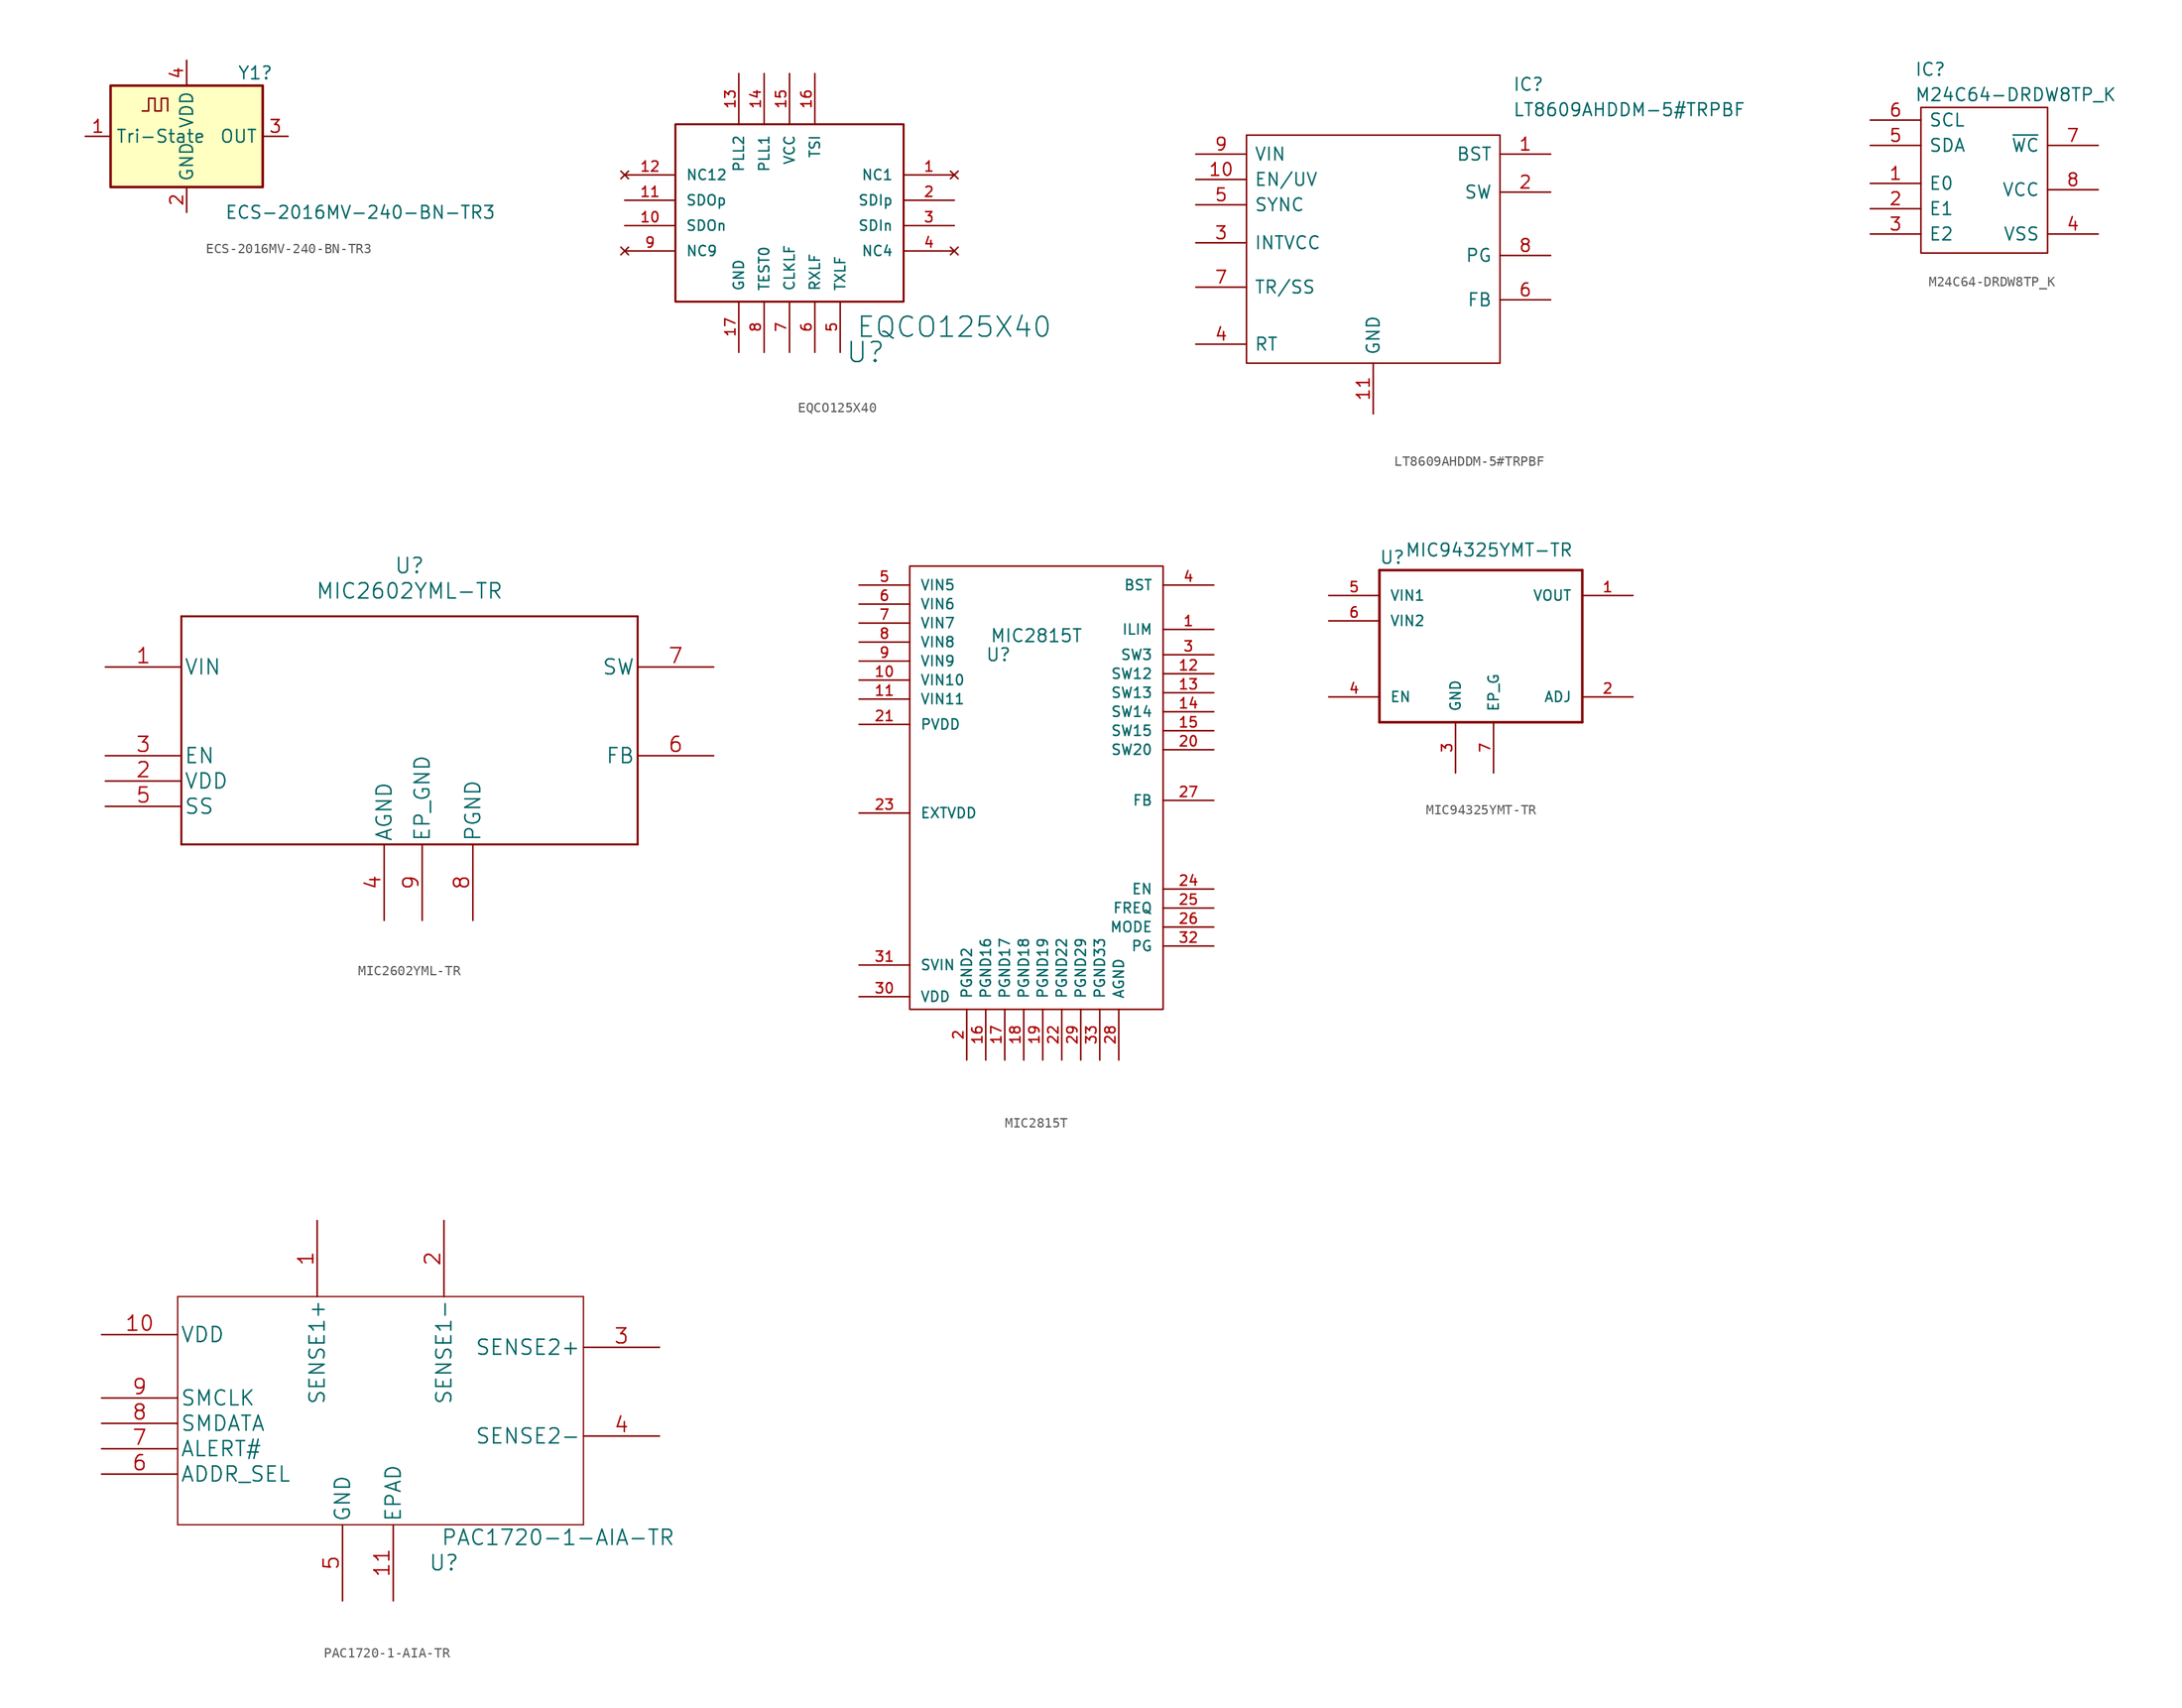
<source format=kicad_sym>
(kicad_symbol_lib
  (version 20220914)
  (generator kicad_symbol_editor)
  (symbol "ECS-2016MV-240-BN-TR3"
    (property "Reference" "Y1"
      (at 5.08 6.35 0)
      (effects (font (size 1.27 1.27)) (justify left)))
    (property "Value" "ECS-2016MV-240-BN-TR3"
      (at 3.81 -7.62 0)
      (effects (font (size 1.27 1.27)) (justify left)))
    (symbol "ECS-2016MV-240-BN-TR3_0_1"
      (rectangle (start -7.62 5.08) (end 7.62 -5.08) (stroke (width 0.254) (type default)) (fill (type background)))
      (polyline (pts (xy -4.445 2.54) (xy -3.81 2.54) (xy -3.81 3.81) (xy -3.175 3.81) (xy -3.175 2.54) (xy -2.54 2.54) (xy -2.54 3.81) (xy -1.905 3.81) (xy -1.905 2.54)) (stroke (width 0) (type default)) (fill (type none))))
    (symbol "ECS-2016MV-240-BN-TR3_1_1"
      (pin input line (at -10.16 0 0) (length 2.54) (name "Tri-State" (effects (font (size 1.27 1.27)))) (number "1" (effects (font (size 1.27 1.27)))))
      (pin power_in line (at 0 -7.62 90) (length 2.54) (name "GND" (effects (font (size 1.27 1.27)))) (number "2" (effects (font (size 1.27 1.27)))))
      (pin output line (at 10.16 0 180) (length 2.54) (name "OUT" (effects (font (size 1.27 1.27)))) (number "3" (effects (font (size 1.27 1.27)))))
      (pin power_in line (at 0 7.62 270) (length 2.54) (name "VDD" (effects (font (size 1.27 1.27)))) (number "4" (effects (font (size 1.27 1.27)))))))
  (symbol "EQCO125X40"
    (pin_names
      (offset 1.016))
    (property "Reference" "U"
      (at 5.08 -10.16 0)
      (effects (font (size 2.007 2.007))))
    (property "Value" "EQCO125X40"
      (at 13.97 -7.62 0)
      (effects (font (size 2.007 2.007))))
    (symbol "EQCO125X40_0_1"
      (rectangle (start -13.97 12.7) (end 8.89 -5.08) (stroke (width 0.203) (type solid)) (fill (type none))))
    (symbol "EQCO125X40_1_1"
      (pin no_connect line (at 13.97 7.62 180) (length 5.08) (name "NC1" (effects (font (size 1.016 1.016)))) (number "1" (effects (font (size 1.016 1.016)))))
      (pin bidirectional line (at -19.05 2.54 0) (length 5.08) (name "SDOn" (effects (font (size 1.016 1.016)))) (number "10" (effects (font (size 1.016 1.016)))))
      (pin bidirectional line (at -19.05 5.08 0) (length 5.08) (name "SDOp" (effects (font (size 1.016 1.016)))) (number "11" (effects (font (size 1.016 1.016)))))
      (pin no_connect line (at -19.05 7.62 0) (length 5.08) (name "NC12" (effects (font (size 1.016 1.016)))) (number "12" (effects (font (size 1.016 1.016)))))
      (pin input line (at -7.62 17.78 270) (length 5.08) (name "PLL2" (effects (font (size 1.016 1.016)))) (number "13" (effects (font (size 1.016 1.016)))))
      (pin input line (at -5.08 17.78 270) (length 5.08) (name "PLL1" (effects (font (size 1.016 1.016)))) (number "14" (effects (font (size 1.016 1.016)))))
      (pin power_in line (at -2.54 17.78 270) (length 5.08) (name "VCC" (effects (font (size 1.016 1.016)))) (number "15" (effects (font (size 1.016 1.016)))))
      (pin input line (at 0 17.78 270) (length 5.08) (name "TSI" (effects (font (size 1.016 1.016)))) (number "16" (effects (font (size 1.016 1.016)))))
      (pin input line (at -7.62 -10.16 90) (length 5.08) (name "GND" (effects (font (size 1.016 1.016)))) (number "17" (effects (font (size 1.016 1.016)))))
      (pin bidirectional line (at 13.97 5.08 180) (length 5.08) (name "SDIp" (effects (font (size 1.016 1.016)))) (number "2" (effects (font (size 1.016 1.016)))))
      (pin bidirectional line (at 13.97 2.54 180) (length 5.08) (name "SDIn" (effects (font (size 1.016 1.016)))) (number "3" (effects (font (size 1.016 1.016)))))
      (pin no_connect line (at 13.97 0 180) (length 5.08) (name "NC4" (effects (font (size 1.016 1.016)))) (number "4" (effects (font (size 1.016 1.016)))))
      (pin input line (at 2.54 -10.16 90) (length 5.08) (name "TXLF" (effects (font (size 1.016 1.016)))) (number "5" (effects (font (size 1.016 1.016)))))
      (pin output line (at 0 -10.16 90) (length 5.08) (name "RXLF" (effects (font (size 1.016 1.016)))) (number "6" (effects (font (size 1.016 1.016)))))
      (pin output line (at -2.54 -10.16 90) (length 5.08) (name "CLKLF" (effects (font (size 1.016 1.016)))) (number "7" (effects (font (size 1.016 1.016)))))
      (pin input line (at -5.08 -10.16 90) (length 5.08) (name "TEST0" (effects (font (size 1.016 1.016)))) (number "8" (effects (font (size 1.016 1.016)))))
      (pin no_connect line (at -19.05 0 0) (length 5.08) (name "NC9" (effects (font (size 1.016 1.016)))) (number "9" (effects (font (size 1.016 1.016)))))))
  (symbol "LT8609AHDDM-5#TRPBF"
    (pin_names
      (offset 0.762))
    (property "Reference" "IC"
      (at 31.75 7.62 0)
      (effects (font (size 1.27 1.27)) (justify left)))
    (property "Value" "LT8609AHDDM-5#TRPBF"
      (at 31.75 5.08 0)
      (effects (font (size 1.27 1.27)) (justify left)))
    (symbol "LT8609AHDDM-5#TRPBF_0_0"
      (pin passive line (at 35.56 0.635 180) (length 5.08) (name "BST" (effects (font (size 1.27 1.27)))) (number "1" (effects (font (size 1.27 1.27)))))
      (pin passive line (at 0 -1.905 0) (length 5.08) (name "EN/UV" (effects (font (size 1.27 1.27)))) (number "10" (effects (font (size 1.27 1.27)))))
      (pin passive line (at 17.78 -25.4 90) (length 5.08) (name "GND" (effects (font (size 1.27 1.27)))) (number "11" (effects (font (size 1.27 1.27)))))
      (pin passive line (at 35.56 -3.175 180) (length 5.08) (name "SW" (effects (font (size 1.27 1.27)))) (number "2" (effects (font (size 1.27 1.27)))))
      (pin passive line (at 0 -8.255 0) (length 5.08) (name "INTVCC" (effects (font (size 1.27 1.27)))) (number "3" (effects (font (size 1.27 1.27)))))
      (pin passive line (at 0 -18.415 0) (length 5.08) (name "RT" (effects (font (size 1.27 1.27)))) (number "4" (effects (font (size 1.27 1.27)))))
      (pin passive line (at 0 -4.445 0) (length 5.08) (name "SYNC" (effects (font (size 1.27 1.27)))) (number "5" (effects (font (size 1.27 1.27)))))
      (pin passive line (at 35.56 -13.97 180) (length 5.08) (name "FB" (effects (font (size 1.27 1.27)))) (number "6" (effects (font (size 1.27 1.27)))))
      (pin passive line (at 0 -12.7 0) (length 5.08) (name "TR/SS" (effects (font (size 1.27 1.27)))) (number "7" (effects (font (size 1.27 1.27)))))
      (pin passive line (at 35.56 -9.525 180) (length 5.08) (name "PG" (effects (font (size 1.27 1.27)))) (number "8" (effects (font (size 1.27 1.27)))))
      (pin passive line (at 0 0.635 0) (length 5.08) (name "VIN" (effects (font (size 1.27 1.27)))) (number "9" (effects (font (size 1.27 1.27))))))
    (symbol "LT8609AHDDM-5#TRPBF_0_1"
      (polyline (pts (xy 5.08 2.54) (xy 30.48 2.54) (xy 30.48 -20.32) (xy 5.08 -20.32) (xy 5.08 2.54)) (stroke (width 0.152) (type solid)) (fill (type none)))))
  (symbol "M24C64-DRDW8TP_K"
    (pin_names
      (offset 0.762))
    (property "Reference" "IC"
      (at -6.985 7.62 0)
      (effects (font (size 1.27 1.27)) (justify left)))
    (property "Value" "M24C64-DRDW8TP_K"
      (at -6.985 5.08 0)
      (effects (font (size 1.27 1.27)) (justify left)))
    (symbol "M24C64-DRDW8TP_K_0_0"
      (pin passive line (at -11.43 -3.81 0) (length 5.08) (name "E0" (effects (font (size 1.27 1.27)))) (number "1" (effects (font (size 1.27 1.27)))))
      (pin passive line (at -11.43 -6.35 0) (length 5.08) (name "E1" (effects (font (size 1.27 1.27)))) (number "2" (effects (font (size 1.27 1.27)))))
      (pin passive line (at -11.43 -8.89 0) (length 5.08) (name "E2" (effects (font (size 1.27 1.27)))) (number "3" (effects (font (size 1.27 1.27)))))
      (pin passive line (at 11.43 -8.89 180) (length 5.08) (name "VSS" (effects (font (size 1.27 1.27)))) (number "4" (effects (font (size 1.27 1.27)))))
      (pin passive line (at -11.43 0 0) (length 5.08) (name "SDA" (effects (font (size 1.27 1.27)))) (number "5" (effects (font (size 1.27 1.27)))))
      (pin passive line (at -11.43 2.54 0) (length 5.08) (name "SCL" (effects (font (size 1.27 1.27)))) (number "6" (effects (font (size 1.27 1.27)))))
      (pin passive line (at 11.43 0 180) (length 5.08) (name "~{WC}" (effects (font (size 1.27 1.27)))) (number "7" (effects (font (size 1.27 1.27)))))
      (pin passive line (at 11.43 -4.445 180) (length 5.08) (name "VCC" (effects (font (size 1.27 1.27)))) (number "8" (effects (font (size 1.27 1.27))))))
    (symbol "M24C64-DRDW8TP_K_0_1"
      (rectangle (start -6.35 3.81) (end 6.35 -10.795) (stroke (width 0) (type solid)) (fill (type none)))))
  (symbol "MIC2602YML-TR"
    (pin_names
      (offset 0.254))
    (property "Reference" "U"
      (at 30.48 10.16 0)
      (effects (font (size 1.524 1.524))))
    (property "Value" "MIC2602YML-TR"
      (at 30.48 7.62 0)
      (effects (font (size 1.524 1.524))))
    (property "Datasheet" ""
      (at 0 0 0)
      (effects (font (size 1.524 1.524))))
    (symbol "MIC2602YML-TR_1_1"
      (polyline (pts (xy 7.62 -17.78) (xy 53.34 -17.78)) (stroke (width 0.203) (type solid)) (fill (type none)))
      (polyline (pts (xy 7.62 5.08) (xy 7.62 -17.78)) (stroke (width 0.203) (type solid)) (fill (type none)))
      (polyline (pts (xy 53.34 -17.78) (xy 53.34 5.08)) (stroke (width 0.203) (type solid)) (fill (type none)))
      (polyline (pts (xy 53.34 5.08) (xy 7.62 5.08)) (stroke (width 0.203) (type solid)) (fill (type none)))
      (pin power_in line (at 0 0 0) (length 7.62) (name "VIN" (effects (font (size 1.499 1.499)))) (number "1" (effects (font (size 1.499 1.499)))))
      (pin passive line (at 0 -11.43 0) (length 7.62) (name "VDD" (effects (font (size 1.499 1.499)))) (number "2" (effects (font (size 1.499 1.499)))))
      (pin input line (at 0 -8.89 0) (length 7.62) (name "EN" (effects (font (size 1.499 1.499)))) (number "3" (effects (font (size 1.499 1.499)))))
      (pin power_in line (at 27.94 -25.4 90) (length 7.62) (name "AGND" (effects (font (size 1.499 1.499)))) (number "4" (effects (font (size 1.499 1.499)))))
      (pin input line (at 0 -13.97 0) (length 7.62) (name "SS" (effects (font (size 1.499 1.499)))) (number "5" (effects (font (size 1.499 1.499)))))
      (pin input line (at 60.96 -8.89 180) (length 7.62) (name "FB" (effects (font (size 1.499 1.499)))) (number "6" (effects (font (size 1.499 1.499)))))
      (pin input line (at 60.96 0 180) (length 7.62) (name "SW" (effects (font (size 1.499 1.499)))) (number "7" (effects (font (size 1.499 1.499)))))
      (pin power_in line (at 36.83 -25.4 90) (length 7.62) (name "PGND" (effects (font (size 1.499 1.499)))) (number "8" (effects (font (size 1.499 1.499)))))
      (pin power_in line (at 31.75 -25.4 90) (length 7.62) (name "EP_GND" (effects (font (size 1.499 1.499)))) (number "9" (effects (font (size 1.499 1.499)))))))
  (symbol "MIC2815T"
    (pin_names
      (offset 1.016))
    (property "Reference" "U"
      (at -3.81 -1.905 0)
      (effects (font (size 1.27 1.27))))
    (property "Value" "MIC2815T"
      (at 0 0 0)
      (effects (font (size 1.27 1.27))))
    (symbol "MIC2815T_0_0"
      (pin power_in line (at -17.78 5.08 0) (length 5.08) (name "VIN5" (effects (font (size 1.016 1.016)))) (number "5" (effects (font (size 1.016 1.016))))))
    (symbol "MIC2815T_0_1"
      (rectangle (start -12.7 6.985) (end 12.7 -37.465) (stroke (width 0) (type solid)) (fill (type none))))
    (symbol "MIC2815T_1_1"
      (pin input line (at 17.78 0.635 180) (length 5.08) (name "ILIM" (effects (font (size 1.016 1.016)))) (number "1" (effects (font (size 1.016 1.016)))))
      (pin power_in line (at -17.78 -4.445 0) (length 5.08) (name "VIN10" (effects (font (size 1.016 1.016)))) (number "10" (effects (font (size 1.016 1.016)))))
      (pin power_in line (at -17.78 -6.35 0) (length 5.08) (name "VIN11" (effects (font (size 1.016 1.016)))) (number "11" (effects (font (size 1.016 1.016)))))
      (pin input line (at 17.78 -3.81 180) (length 5.08) (name "SW12" (effects (font (size 1.016 1.016)))) (number "12" (effects (font (size 1.016 1.016)))))
      (pin input line (at 17.78 -5.715 180) (length 5.08) (name "SW13" (effects (font (size 1.016 1.016)))) (number "13" (effects (font (size 1.016 1.016)))))
      (pin input line (at 17.78 -7.62 180) (length 5.08) (name "SW14" (effects (font (size 1.016 1.016)))) (number "14" (effects (font (size 1.016 1.016)))))
      (pin input line (at 17.78 -9.525 180) (length 5.08) (name "SW15" (effects (font (size 1.016 1.016)))) (number "15" (effects (font (size 1.016 1.016)))))
      (pin power_in line (at -5.08 -42.545 90) (length 5.08) (name "PGND16" (effects (font (size 1.016 1.016)))) (number "16" (effects (font (size 1.016 1.016)))))
      (pin power_in line (at -3.175 -42.545 90) (length 5.08) (name "PGND17" (effects (font (size 1.016 1.016)))) (number "17" (effects (font (size 1.016 1.016)))))
      (pin power_in line (at -1.27 -42.545 90) (length 5.08) (name "PGND18" (effects (font (size 1.016 1.016)))) (number "18" (effects (font (size 1.016 1.016)))))
      (pin power_in line (at 0.635 -42.545 90) (length 5.08) (name "PGND19" (effects (font (size 1.016 1.016)))) (number "19" (effects (font (size 1.016 1.016)))))
      (pin power_in line (at -6.985 -42.545 90) (length 5.08) (name "PGND2" (effects (font (size 1.016 1.016)))) (number "2" (effects (font (size 1.016 1.016)))))
      (pin input line (at 17.78 -11.43 180) (length 5.08) (name "SW20" (effects (font (size 1.016 1.016)))) (number "20" (effects (font (size 1.016 1.016)))))
      (pin power_out line (at -17.78 -8.89 0) (length 5.08) (name "PVDD" (effects (font (size 1.016 1.016)))) (number "21" (effects (font (size 1.016 1.016)))))
      (pin power_in line (at 2.54 -42.545 90) (length 5.08) (name "PGND22" (effects (font (size 1.016 1.016)))) (number "22" (effects (font (size 1.016 1.016)))))
      (pin power_in line (at -17.78 -17.78 0) (length 5.08) (name "EXTVDD" (effects (font (size 1.016 1.016)))) (number "23" (effects (font (size 1.016 1.016)))))
      (pin input line (at 17.78 -25.4 180) (length 5.08) (name "EN" (effects (font (size 1.016 1.016)))) (number "24" (effects (font (size 1.016 1.016)))))
      (pin output line (at 17.78 -27.305 180) (length 5.08) (name "FREQ" (effects (font (size 1.016 1.016)))) (number "25" (effects (font (size 1.016 1.016)))))
      (pin output line (at 17.78 -29.21 180) (length 5.08) (name "MODE" (effects (font (size 1.016 1.016)))) (number "26" (effects (font (size 1.016 1.016)))))
      (pin input line (at 17.78 -16.51 180) (length 5.08) (name "FB" (effects (font (size 1.016 1.016)))) (number "27" (effects (font (size 1.016 1.016)))))
      (pin power_in line (at 8.255 -42.545 90) (length 5.08) (name "AGND" (effects (font (size 1.016 1.016)))) (number "28" (effects (font (size 1.016 1.016)))))
      (pin power_in line (at 4.445 -42.545 90) (length 5.08) (name "PGND29" (effects (font (size 1.016 1.016)))) (number "29" (effects (font (size 1.016 1.016)))))
      (pin input line (at 17.78 -1.905 180) (length 5.08) (name "SW3" (effects (font (size 1.016 1.016)))) (number "3" (effects (font (size 1.016 1.016)))))
      (pin input line (at -17.78 -36.195 0) (length 5.08) (name "VDD" (effects (font (size 1.016 1.016)))) (number "30" (effects (font (size 1.016 1.016)))))
      (pin power_in line (at -17.78 -33.02 0) (length 5.08) (name "SVIN" (effects (font (size 1.016 1.016)))) (number "31" (effects (font (size 1.016 1.016)))))
      (pin output line (at 17.78 -31.115 180) (length 5.08) (name "PG" (effects (font (size 1.016 1.016)))) (number "32" (effects (font (size 1.016 1.016)))))
      (pin power_in line (at 6.35 -42.545 90) (length 5.08) (name "PGND33" (effects (font (size 1.016 1.016)))) (number "33" (effects (font (size 1.016 1.016)))))
      (pin input line (at 17.78 5.08 180) (length 5.08) (name "BST" (effects (font (size 1.016 1.016)))) (number "4" (effects (font (size 1.016 1.016)))))
      (pin power_in line (at -17.78 3.175 0) (length 5.08) (name "VIN6" (effects (font (size 1.016 1.016)))) (number "6" (effects (font (size 1.016 1.016)))))
      (pin power_in line (at -17.78 1.27 0) (length 5.08) (name "VIN7" (effects (font (size 1.016 1.016)))) (number "7" (effects (font (size 1.016 1.016)))))
      (pin power_in line (at -17.78 -0.635 0) (length 5.08) (name "VIN8" (effects (font (size 1.016 1.016)))) (number "8" (effects (font (size 1.016 1.016)))))
      (pin power_in line (at -17.78 -2.54 0) (length 5.08) (name "VIN9" (effects (font (size 1.016 1.016)))) (number "9" (effects (font (size 1.016 1.016)))))))
  (symbol "MIC94325YMT-TR"
    (pin_names
      (offset 1.016))
    (property "Reference" "U"
      (at -10.185 8.153 0)
      (effects (font (size 1.27 1.27)) (justify left bottom)))
    (property "Value" "MIC94325YMT-TR"
      (at -7.62 8.89 0)
      (effects (font (size 1.27 1.27)) (justify left bottom)))
    (symbol "MIC94325YMT-TR_0_0"
      (polyline (pts (xy -10.16 -7.62) (xy -10.16 7.62)) (stroke (width 0.254) (type solid)) (fill (type none)))
      (polyline (pts (xy -10.16 7.62) (xy 10.16 7.62)) (stroke (width 0.254) (type solid)) (fill (type none)))
      (polyline (pts (xy 10.16 -7.62) (xy -10.16 -7.62)) (stroke (width 0.254) (type solid)) (fill (type none)))
      (polyline (pts (xy 10.16 7.62) (xy 10.16 -7.62)) (stroke (width 0.254) (type solid)) (fill (type none)))
      (pin power_out line (at 15.24 5.08 180) (length 5.08) (name "VOUT" (effects (font (size 1.016 1.016)))) (number "1" (effects (font (size 1.016 1.016)))))
      (pin passive line (at 15.24 -5.08 180) (length 5.08) (name "ADJ" (effects (font (size 1.016 1.016)))) (number "2" (effects (font (size 1.016 1.016)))))
      (pin power_in line (at -2.54 -12.7 90) (length 5.08) (name "GND" (effects (font (size 1.016 1.016)))) (number "3" (effects (font (size 1.016 1.016)))))
      (pin input line (at -15.24 -5.08 0) (length 5.08) (name "EN" (effects (font (size 1.016 1.016)))) (number "4" (effects (font (size 1.016 1.016)))))
      (pin input line (at -15.24 5.08 0) (length 5.08) (name "VIN1" (effects (font (size 1.016 1.016)))) (number "5" (effects (font (size 1.016 1.016)))))
      (pin input line (at -15.24 2.54 0) (length 5.08) (name "VIN2" (effects (font (size 1.016 1.016)))) (number "6" (effects (font (size 1.016 1.016)))))
      (pin power_in line (at 1.27 -12.7 90) (length 5.08) (name "EP_G" (effects (font (size 1.016 1.016)))) (number "7" (effects (font (size 1.016 1.016)))))))
  (symbol "PAC1720-1-AIA-TR"
    (pin_names
      (offset 0.254))
    (property "Reference" "U"
      (at 34.29 -21.59 0)
      (effects (font (size 1.524 1.524))))
    (property "Value" "PAC1720-1-AIA-TR"
      (at 45.72 -19.05 0)
      (effects (font (size 1.524 1.524))))
    (property "Datasheet" ""
      (at 0 0 0)
      (effects (font (size 1.524 1.524))))
    (symbol "PAC1720-1-AIA-TR_1_1"
      (polyline (pts (xy 7.62 -17.78) (xy 48.26 -17.78)) (stroke (width 0.127) (type solid)) (fill (type none)))
      (polyline (pts (xy 7.62 5.08) (xy 7.62 -17.78)) (stroke (width 0.127) (type solid)) (fill (type none)))
      (polyline (pts (xy 48.26 -17.78) (xy 48.26 5.08)) (stroke (width 0.127) (type solid)) (fill (type none)))
      (polyline (pts (xy 48.26 5.08) (xy 7.62 5.08)) (stroke (width 0.127) (type solid)) (fill (type none)))
      (pin passive line (at 21.59 12.7 270) (length 7.62) (name "SENSE1+" (effects (font (size 1.499 1.499)))) (number "1" (effects (font (size 1.499 1.499)))))
      (pin power_in line (at 0 1.27 0) (length 7.62) (name "VDD" (effects (font (size 1.499 1.499)))) (number "10" (effects (font (size 1.499 1.499)))))
      (pin power_in line (at 29.21 -25.4 90) (length 7.62) (name "EPAD" (effects (font (size 1.499 1.499)))) (number "11" (effects (font (size 1.499 1.499)))))
      (pin passive line (at 34.29 12.7 270) (length 7.62) (name "SENSE1-" (effects (font (size 1.499 1.499)))) (number "2" (effects (font (size 1.499 1.499)))))
      (pin bidirectional line (at 55.88 0 180) (length 7.62) (name "SENSE2+" (effects (font (size 1.499 1.499)))) (number "3" (effects (font (size 1.499 1.499)))))
      (pin bidirectional line (at 55.88 -8.89 180) (length 7.62) (name "SENSE2-" (effects (font (size 1.499 1.499)))) (number "4" (effects (font (size 1.499 1.499)))))
      (pin power_in line (at 24.13 -25.4 90) (length 7.62) (name "GND" (effects (font (size 1.499 1.499)))) (number "5" (effects (font (size 1.499 1.499)))))
      (pin bidirectional line (at 0 -12.7 0) (length 7.62) (name "ADDR_SEL" (effects (font (size 1.499 1.499)))) (number "6" (effects (font (size 1.499 1.499)))))
      (pin output line (at 0 -10.16 0) (length 7.62) (name "ALERT#" (effects (font (size 1.499 1.499)))) (number "7" (effects (font (size 1.499 1.499)))))
      (pin bidirectional line (at 0 -7.62 0) (length 7.62) (name "SMDATA" (effects (font (size 1.499 1.499)))) (number "8" (effects (font (size 1.499 1.499)))))
      (pin input line (at 0 -5.08 0) (length 7.62) (name "SMCLK" (effects (font (size 1.499 1.499)))) (number "9" (effects (font (size 1.499 1.499))))))))
</source>
